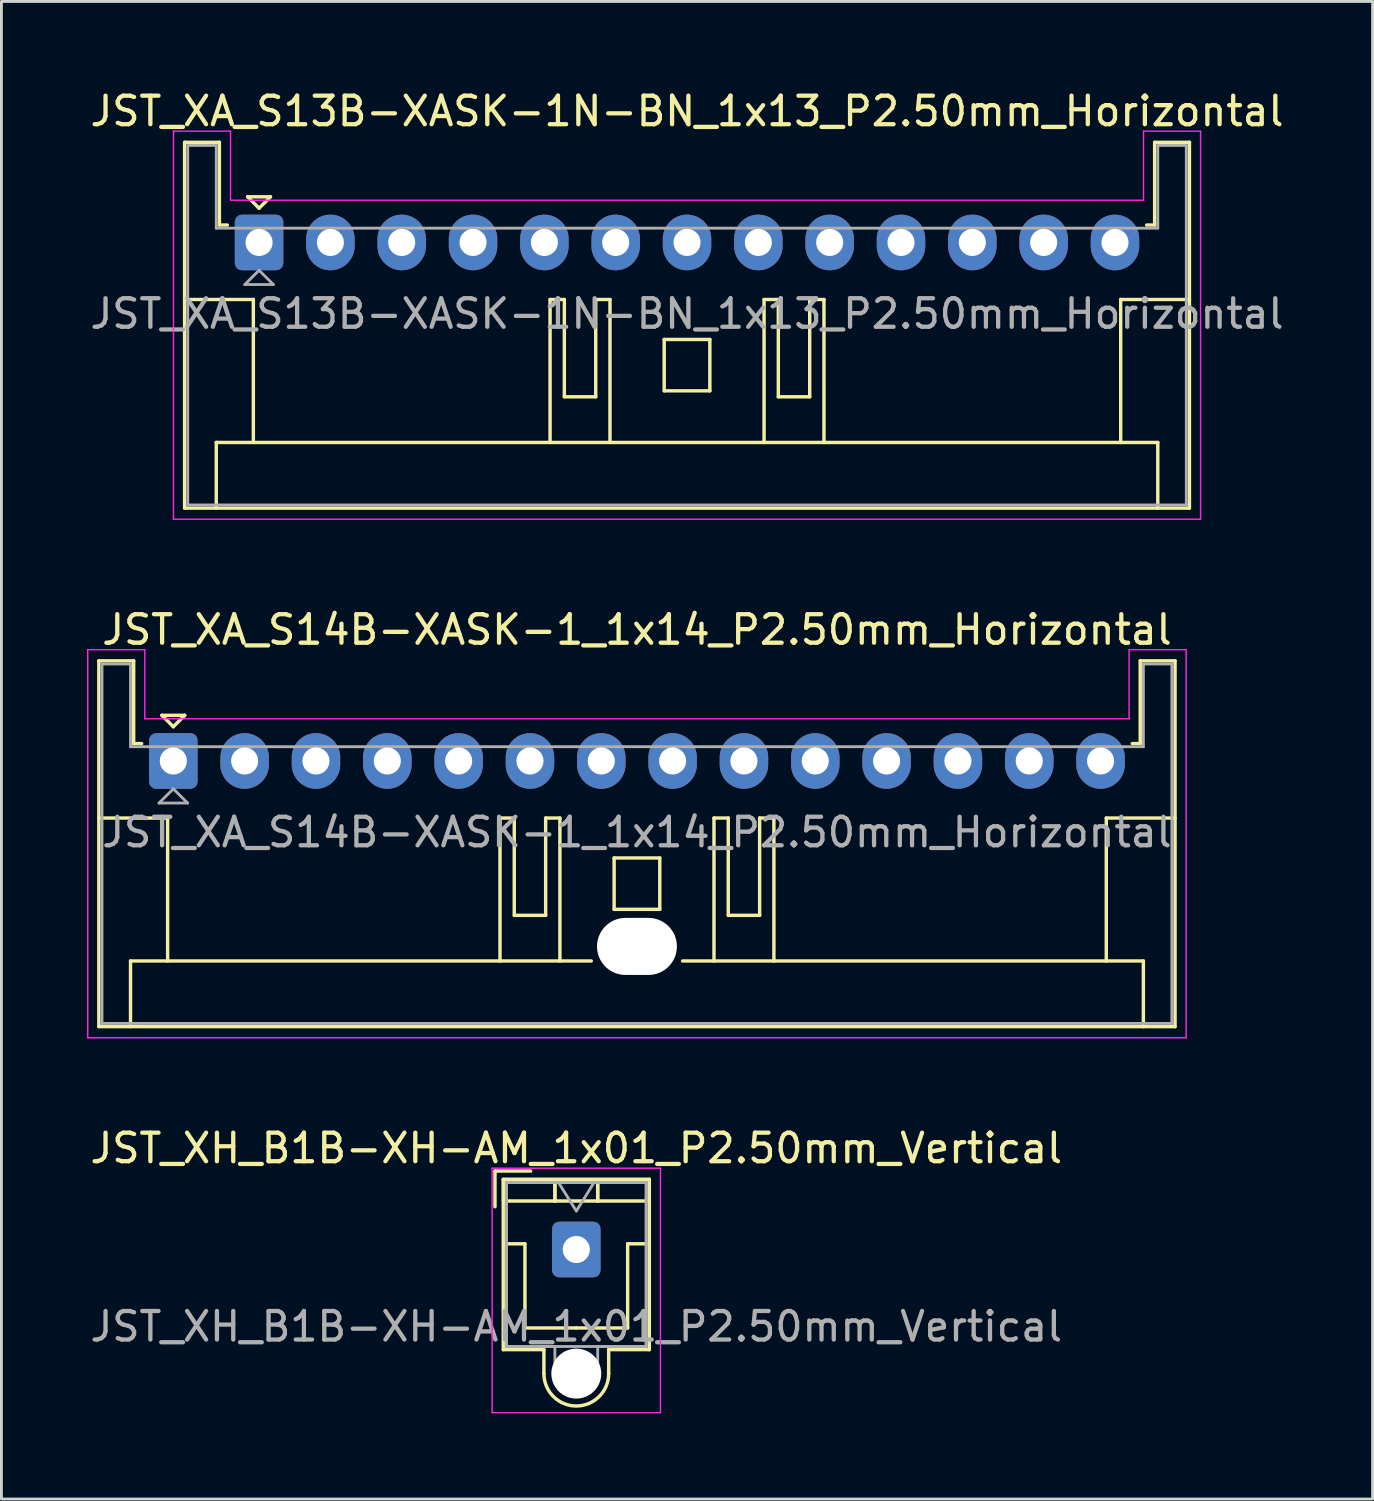
<source format=kicad_pcb>
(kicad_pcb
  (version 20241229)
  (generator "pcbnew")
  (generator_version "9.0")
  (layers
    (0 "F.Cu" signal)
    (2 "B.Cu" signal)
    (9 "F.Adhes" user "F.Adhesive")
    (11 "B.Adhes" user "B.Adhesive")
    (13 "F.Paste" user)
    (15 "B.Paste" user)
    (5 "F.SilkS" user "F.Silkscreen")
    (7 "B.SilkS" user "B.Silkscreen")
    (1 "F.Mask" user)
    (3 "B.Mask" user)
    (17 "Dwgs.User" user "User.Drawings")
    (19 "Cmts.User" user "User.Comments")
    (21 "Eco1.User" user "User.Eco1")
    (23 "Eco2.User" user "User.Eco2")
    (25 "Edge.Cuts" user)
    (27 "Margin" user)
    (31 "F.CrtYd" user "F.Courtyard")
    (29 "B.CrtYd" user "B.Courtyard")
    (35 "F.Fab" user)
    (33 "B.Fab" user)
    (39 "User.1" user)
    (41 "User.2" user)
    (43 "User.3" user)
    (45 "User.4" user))
  (footprint "JST_XH_B1B-XH-AM_1x01_P2.50mm_Vertical"
    (layer "F.Cu")
    (at 17.149 40.745)
    (property "Reference" "JST_XH_B1B-XH-AM_1x01_P2.50mm_Vertical" (at 0 -3.55 0) (layer "F.SilkS") (effects (font (size 1 1) (thickness 0.15))))
    (attr through_hole)
    (fp_line (start -2.85 -2.75) (end -2.85 -1.5) (stroke (width 0.12) (type solid)) (layer "F.SilkS"))
    (fp_line (start -2.56 -2.46) (end 2.56 -2.46) (stroke (width 0.12) (type solid)) (layer "F.SilkS"))
    (fp_line (start -2.56 3.51) (end -2.56 -2.46) (stroke (width 0.12) (type solid)) (layer "F.SilkS"))
    (fp_line (start -2.55 -2.45) (end -2.55 -1.7) (stroke (width 0.12) (type solid)) (layer "F.SilkS"))
    (fp_line (start -2.55 -1.7) (end -0.75 -1.7) (stroke (width 0.12) (type solid)) (layer "F.SilkS"))
    (fp_line (start -2.55 -0.2) (end -1.8 -0.2) (stroke (width 0.12) (type solid)) (layer "F.SilkS"))
    (fp_line (start -1.8 -0.2) (end -1.8 2.75) (stroke (width 0.12) (type solid)) (layer "F.SilkS"))
    (fp_line (start -1.8 2.75) (end 0 2.75) (stroke (width 0.12) (type solid)) (layer "F.SilkS"))
    (fp_line (start -1.6 -2.75) (end -2.85 -2.75) (stroke (width 0.12) (type solid)) (layer "F.SilkS"))
    (fp_line (start -1.135 3.51) (end -2.56 3.51) (stroke (width 0.12) (type solid)) (layer "F.SilkS"))
    (fp_line (start -1.135 4.35) (end -1.135 3.51) (stroke (width 0.12) (type solid)) (layer "F.SilkS"))
    (fp_line (start -0.75 -2.45) (end -2.55 -2.45) (stroke (width 0.12) (type solid)) (layer "F.SilkS"))
    (fp_line (start -0.75 -2.45) (end 0.75 -2.45) (stroke (width 0.12) (type solid)) (layer "F.SilkS"))
    (fp_line (start -0.75 -1.7) (end -0.75 -2.45) (stroke (width 0.12) (type solid)) (layer "F.SilkS"))
    (fp_line (start -0.75 -1.7) (end -0.75 -2.45) (stroke (width 0.12) (type solid)) (layer "F.SilkS"))
    (fp_line (start 0.75 -2.45) (end 0.75 -1.7) (stroke (width 0.12) (type solid)) (layer "F.SilkS"))
    (fp_line (start 0.75 -2.45) (end 0.75 -1.7) (stroke (width 0.12) (type solid)) (layer "F.SilkS"))
    (fp_line (start 0.75 -1.7) (end -0.75 -1.7) (stroke (width 0.12) (type solid)) (layer "F.SilkS"))
    (fp_line (start 0.75 -1.7) (end 2.55 -1.7) (stroke (width 0.12) (type solid)) (layer "F.SilkS"))
    (fp_line (start 1.135 3.51) (end 1.135 4.35) (stroke (width 0.12) (type solid)) (layer "F.SilkS"))
    (fp_line (start 1.8 -0.2) (end 1.8 2.75) (stroke (width 0.12) (type solid)) (layer "F.SilkS"))
    (fp_line (start 1.8 2.75) (end 0 2.75) (stroke (width 0.12) (type solid)) (layer "F.SilkS"))
    (fp_line (start 2.55 -2.45) (end 0.75 -2.45) (stroke (width 0.12) (type solid)) (layer "F.SilkS"))
    (fp_line (start 2.55 -1.7) (end 2.55 -2.45) (stroke (width 0.12) (type solid)) (layer "F.SilkS"))
    (fp_line (start 2.55 -0.2) (end 1.8 -0.2) (stroke (width 0.12) (type solid)) (layer "F.SilkS"))
    (fp_line (start 2.56 -2.46) (end 2.56 3.51) (stroke (width 0.12) (type solid)) (layer "F.SilkS"))
    (fp_line (start 2.56 3.51) (end 1.135 3.51) (stroke (width 0.12) (type solid)) (layer "F.SilkS"))
    (fp_arc (start 1.135 4.35) (mid 0 5.485) (end -1.135 4.35) (stroke (width 0.12) (type solid)) (layer "F.SilkS"))
    (fp_line (start -2.95 -2.85) (end -2.95 5.72) (stroke (width 0.05) (type solid)) (layer "F.CrtYd"))
    (fp_line (start -2.95 5.72) (end 2.95 5.72) (stroke (width 0.05) (type solid)) (layer "F.CrtYd"))
    (fp_line (start 2.95 -2.85) (end -2.95 -2.85) (stroke (width 0.05) (type solid)) (layer "F.CrtYd"))
    (fp_line (start 2.95 5.72) (end 2.95 -2.85) (stroke (width 0.05) (type solid)) (layer "F.CrtYd"))
    (fp_line (start -2.45 -2.35) (end -2.45 3.4) (stroke (width 0.1) (type solid)) (layer "F.Fab"))
    (fp_line (start -2.45 -2.35) (end 2.45 -2.35) (stroke (width 0.1) (type solid)) (layer "F.Fab"))
    (fp_line (start -2.45 3.4) (end -2.45 -2.35) (stroke (width 0.1) (type solid)) (layer "F.Fab"))
    (fp_line (start -2.45 3.4) (end 2.45 3.4) (stroke (width 0.1) (type solid)) (layer "F.Fab"))
    (fp_line (start -0.75 3.4) (end -2.45 3.4) (stroke (width 0.1) (type solid)) (layer "F.Fab"))
    (fp_line (start -0.75 4.35) (end -0.75 3.4) (stroke (width 0.1) (type solid)) (layer "F.Fab"))
    (fp_line (start -0.625 -2.35) (end 0 -1.35) (stroke (width 0.1) (type solid)) (layer "F.Fab"))
    (fp_line (start 0 -1.35) (end 0.625 -2.35) (stroke (width 0.1) (type solid)) (layer "F.Fab"))
    (fp_line (start 0.75 3.4) (end 0.75 4.35) (stroke (width 0.1) (type solid)) (layer "F.Fab"))
    (fp_line (start 2.45 -2.35) (end -2.45 -2.35) (stroke (width 0.1) (type solid)) (layer "F.Fab"))
    (fp_line (start 2.45 -2.35) (end 2.45 3.4) (stroke (width 0.1) (type solid)) (layer "F.Fab"))
    (fp_line (start 2.45 3.4) (end 0.75 3.4) (stroke (width 0.1) (type solid)) (layer "F.Fab"))
    (fp_line (start 2.45 3.4) (end 2.45 -2.35) (stroke (width 0.1) (type solid)) (layer "F.Fab"))
    (fp_arc (start 0.75 4.35) (mid 0 5.1) (end -0.75 4.35) (stroke (width 0.1) (type solid)) (layer "F.Fab"))
    (fp_text user "${REFERENCE}" (at 0 2.7 0) (layer "F.Fab") (effects (font (size 1 1) (thickness 0.15))))
    (pad "" np_thru_hole circle (at 0 4.35) (size 1.75 1.75) (drill 1.75) (layers "*.Cu" "*.Mask"))
    (pad "1" thru_hole roundrect (at 0 0) (size 1.7 1.95) (drill 0.95) (layers "*.Cu" "*.Mask") (roundrect_rratio 0.147)))
  (footprint "JST_XA_S13B-XASK-1N-BN_1x13_P2.50mm_Horizontal"
    (layer "F.Cu")
    (at 6.03 5.448)
    (property "Reference" "JST_XA_S13B-XASK-1N-BN_1x13_P2.50mm_Horizontal" (at 15 -4.6 0) (layer "F.SilkS") (effects (font (size 1 1) (thickness 0.15))))
    (attr through_hole)
    (fp_line (start -2.61 -3.51) (end -2.61 9.31) (stroke (width 0.12) (type solid)) (layer "F.SilkS"))
    (fp_line (start -2.61 9.31) (end 32.61 9.31) (stroke (width 0.12) (type solid)) (layer "F.SilkS"))
    (fp_line (start -1.5 7.01) (end 31.5 7.01) (stroke (width 0.12) (type solid)) (layer "F.SilkS"))
    (fp_line (start -1.5 9.31) (end -1.5 7.01) (stroke (width 0.12) (type solid)) (layer "F.SilkS"))
    (fp_line (start -1.39 -3.51) (end -2.61 -3.51) (stroke (width 0.12) (type solid)) (layer "F.SilkS"))
    (fp_line (start -1.39 -0.61) (end -1.39 -3.51) (stroke (width 0.12) (type solid)) (layer "F.SilkS"))
    (fp_line (start -1.11 -0.61) (end -1.39 -0.61) (stroke (width 0.12) (type solid)) (layer "F.SilkS"))
    (fp_line (start -0.4 -1.6) (end 0.4 -1.6) (stroke (width 0.12) (type solid)) (layer "F.SilkS"))
    (fp_line (start -0.2 2) (end -2.61 2) (stroke (width 0.12) (type solid)) (layer "F.SilkS"))
    (fp_line (start -0.2 7.01) (end -0.2 2) (stroke (width 0.12) (type solid)) (layer "F.SilkS"))
    (fp_line (start 0 -1.2) (end -0.4 -1.6) (stroke (width 0.12) (type solid)) (layer "F.SilkS"))
    (fp_line (start 0.4 -1.6) (end 0 -1.2) (stroke (width 0.12) (type solid)) (layer "F.SilkS"))
    (fp_line (start 10.2 2) (end 10.2 7.01) (stroke (width 0.12) (type solid)) (layer "F.SilkS"))
    (fp_line (start 10.7 2) (end 10.2 2) (stroke (width 0.12) (type solid)) (layer "F.SilkS"))
    (fp_line (start 10.7 5.41) (end 10.7 2) (stroke (width 0.12) (type solid)) (layer "F.SilkS"))
    (fp_line (start 11.8 2) (end 11.8 5.41) (stroke (width 0.12) (type solid)) (layer "F.SilkS"))
    (fp_line (start 11.8 5.41) (end 10.7 5.41) (stroke (width 0.12) (type solid)) (layer "F.SilkS"))
    (fp_line (start 12.3 2) (end 11.8 2) (stroke (width 0.12) (type solid)) (layer "F.SilkS"))
    (fp_line (start 12.3 7.01) (end 12.3 2) (stroke (width 0.12) (type solid)) (layer "F.SilkS"))
    (fp_line (start 14.2 3.4) (end 15.8 3.4) (stroke (width 0.12) (type solid)) (layer "F.SilkS"))
    (fp_line (start 14.2 5.2) (end 14.2 3.4) (stroke (width 0.12) (type solid)) (layer "F.SilkS"))
    (fp_line (start 15.8 3.4) (end 15.8 5.2) (stroke (width 0.12) (type solid)) (layer "F.SilkS"))
    (fp_line (start 15.8 5.2) (end 14.2 5.2) (stroke (width 0.12) (type solid)) (layer "F.SilkS"))
    (fp_line (start 17.7 2) (end 18.2 2) (stroke (width 0.12) (type solid)) (layer "F.SilkS"))
    (fp_line (start 17.7 7.01) (end 17.7 2) (stroke (width 0.12) (type solid)) (layer "F.SilkS"))
    (fp_line (start 18.2 2) (end 18.2 5.41) (stroke (width 0.12) (type solid)) (layer "F.SilkS"))
    (fp_line (start 18.2 5.41) (end 19.3 5.41) (stroke (width 0.12) (type solid)) (layer "F.SilkS"))
    (fp_line (start 19.3 2) (end 19.8 2) (stroke (width 0.12) (type solid)) (layer "F.SilkS"))
    (fp_line (start 19.3 5.41) (end 19.3 2) (stroke (width 0.12) (type solid)) (layer "F.SilkS"))
    (fp_line (start 19.8 2) (end 19.8 7.01) (stroke (width 0.12) (type solid)) (layer "F.SilkS"))
    (fp_line (start 30.2 2) (end 32.61 2) (stroke (width 0.12) (type solid)) (layer "F.SilkS"))
    (fp_line (start 30.2 7.01) (end 30.2 2) (stroke (width 0.12) (type solid)) (layer "F.SilkS"))
    (fp_line (start 31.39 -3.51) (end 31.39 -0.61) (stroke (width 0.12) (type solid)) (layer "F.SilkS"))
    (fp_line (start 31.39 -0.61) (end 31.11 -0.61) (stroke (width 0.12) (type solid)) (layer "F.SilkS"))
    (fp_line (start 31.5 7.01) (end 31.5 9.31) (stroke (width 0.12) (type solid)) (layer "F.SilkS"))
    (fp_line (start 32.61 -3.51) (end 31.39 -3.51) (stroke (width 0.12) (type solid)) (layer "F.SilkS"))
    (fp_line (start 32.61 9.31) (end 32.61 -3.51) (stroke (width 0.12) (type solid)) (layer "F.SilkS"))
    (fp_line (start -3 -3.9) (end -3 9.7) (stroke (width 0.05) (type solid)) (layer "F.CrtYd"))
    (fp_line (start -3 9.7) (end 33 9.7) (stroke (width 0.05) (type solid)) (layer "F.CrtYd"))
    (fp_line (start -1 -3.9) (end -3 -3.9) (stroke (width 0.05) (type solid)) (layer "F.CrtYd"))
    (fp_line (start -1 -1.48) (end -1 -3.9) (stroke (width 0.05) (type solid)) (layer "F.CrtYd"))
    (fp_line (start 31 -3.9) (end 31 -1.48) (stroke (width 0.05) (type solid)) (layer "F.CrtYd"))
    (fp_line (start 31 -1.48) (end -1 -1.48) (stroke (width 0.05) (type solid)) (layer "F.CrtYd"))
    (fp_line (start 33 -3.9) (end 31 -3.9) (stroke (width 0.05) (type solid)) (layer "F.CrtYd"))
    (fp_line (start 33 9.7) (end 33 -3.9) (stroke (width 0.05) (type solid)) (layer "F.CrtYd"))
    (fp_line (start -2.5 -3.4) (end -2.5 9.2) (stroke (width 0.1) (type solid)) (layer "F.Fab"))
    (fp_line (start -2.5 9.2) (end 32.5 9.2) (stroke (width 0.1) (type solid)) (layer "F.Fab"))
    (fp_line (start -1.5 -3.4) (end -2.5 -3.4) (stroke (width 0.1) (type solid)) (layer "F.Fab"))
    (fp_line (start -1.5 -0.5) (end -1.5 -3.4) (stroke (width 0.1) (type solid)) (layer "F.Fab"))
    (fp_line (start -0.5 1.475) (end 0.5 1.475) (stroke (width 0.1) (type solid)) (layer "F.Fab"))
    (fp_line (start 0 0.975) (end -0.5 1.475) (stroke (width 0.1) (type solid)) (layer "F.Fab"))
    (fp_line (start 0.5 1.475) (end 0 0.975) (stroke (width 0.1) (type solid)) (layer "F.Fab"))
    (fp_line (start 31.5 -3.4) (end 31.5 -0.5) (stroke (width 0.1) (type solid)) (layer "F.Fab"))
    (fp_line (start 31.5 -0.5) (end -1.5 -0.5) (stroke (width 0.1) (type solid)) (layer "F.Fab"))
    (fp_line (start 32.5 -3.4) (end 31.5 -3.4) (stroke (width 0.1) (type solid)) (layer "F.Fab"))
    (fp_line (start 32.5 9.2) (end 32.5 -3.4) (stroke (width 0.1) (type solid)) (layer "F.Fab"))
    (fp_text user "${REFERENCE}" (at 15 2.5 0) (layer "F.Fab") (effects (font (size 1 1) (thickness 0.15))))
    (pad "1" thru_hole roundrect (at 0 0) (size 1.7 1.95) (drill 0.95) (layers "*.Cu" "*.Mask") (roundrect_rratio 0.147))
    (pad "2" thru_hole oval (at 2.5 0) (size 1.7 1.95) (drill 0.95) (layers "*.Cu" "*.Mask"))
    (pad "3" thru_hole oval (at 5 0) (size 1.7 1.95) (drill 0.95) (layers "*.Cu" "*.Mask"))
    (pad "4" thru_hole oval (at 7.5 0) (size 1.7 1.95) (drill 0.95) (layers "*.Cu" "*.Mask"))
    (pad "5" thru_hole oval (at 10 0) (size 1.7 1.95) (drill 0.95) (layers "*.Cu" "*.Mask"))
    (pad "6" thru_hole oval (at 12.5 0) (size 1.7 1.95) (drill 0.95) (layers "*.Cu" "*.Mask"))
    (pad "7" thru_hole oval (at 15 0) (size 1.7 1.95) (drill 0.95) (layers "*.Cu" "*.Mask"))
    (pad "8" thru_hole oval (at 17.5 0) (size 1.7 1.95) (drill 0.95) (layers "*.Cu" "*.Mask"))
    (pad "9" thru_hole oval (at 20 0) (size 1.7 1.95) (drill 0.95) (layers "*.Cu" "*.Mask"))
    (pad "10" thru_hole oval (at 22.5 0) (size 1.7 1.95) (drill 0.95) (layers "*.Cu" "*.Mask"))
    (pad "11" thru_hole oval (at 25 0) (size 1.7 1.95) (drill 0.95) (layers "*.Cu" "*.Mask"))
    (pad "12" thru_hole oval (at 27.5 0) (size 1.7 1.95) (drill 0.95) (layers "*.Cu" "*.Mask"))
    (pad "13" thru_hole oval (at 30 0) (size 1.7 1.95) (drill 0.95) (layers "*.Cu" "*.Mask")))
  (footprint "JST_XA_S14B-XASK-1_1x14_P2.50mm_Horizontal"
    (layer "F.Cu")
    (at 3.025 23.622)
    (property "Reference" "JST_XA_S14B-XASK-1_1x14_P2.50mm_Horizontal" (at 16.25 -4.6 0) (layer "F.SilkS") (effects (font (size 1 1) (thickness 0.15))))
    (attr through_hole)
    (fp_line (start -2.61 -3.51) (end -2.61 9.31) (stroke (width 0.12) (type solid)) (layer "F.SilkS"))
    (fp_line (start -2.61 9.31) (end 35.11 9.31) (stroke (width 0.12) (type solid)) (layer "F.SilkS"))
    (fp_line (start -1.5 7.01) (end 14.65 7.01) (stroke (width 0.12) (type solid)) (layer "F.SilkS"))
    (fp_line (start -1.5 9.31) (end -1.5 7.01) (stroke (width 0.12) (type solid)) (layer "F.SilkS"))
    (fp_line (start -1.39 -3.51) (end -2.61 -3.51) (stroke (width 0.12) (type solid)) (layer "F.SilkS"))
    (fp_line (start -1.39 -0.61) (end -1.39 -3.51) (stroke (width 0.12) (type solid)) (layer "F.SilkS"))
    (fp_line (start -1.11 -0.61) (end -1.39 -0.61) (stroke (width 0.12) (type solid)) (layer "F.SilkS"))
    (fp_line (start -0.4 -1.6) (end 0.4 -1.6) (stroke (width 0.12) (type solid)) (layer "F.SilkS"))
    (fp_line (start -0.2 2) (end -2.61 2) (stroke (width 0.12) (type solid)) (layer "F.SilkS"))
    (fp_line (start -0.2 7.01) (end -0.2 2) (stroke (width 0.12) (type solid)) (layer "F.SilkS"))
    (fp_line (start 0 -1.2) (end -0.4 -1.6) (stroke (width 0.12) (type solid)) (layer "F.SilkS"))
    (fp_line (start 0.4 -1.6) (end 0 -1.2) (stroke (width 0.12) (type solid)) (layer "F.SilkS"))
    (fp_line (start 11.45 2) (end 11.45 7.01) (stroke (width 0.12) (type solid)) (layer "F.SilkS"))
    (fp_line (start 11.95 2) (end 11.45 2) (stroke (width 0.12) (type solid)) (layer "F.SilkS"))
    (fp_line (start 11.95 5.41) (end 11.95 2) (stroke (width 0.12) (type solid)) (layer "F.SilkS"))
    (fp_line (start 13.05 2) (end 13.05 5.41) (stroke (width 0.12) (type solid)) (layer "F.SilkS"))
    (fp_line (start 13.05 5.41) (end 11.95 5.41) (stroke (width 0.12) (type solid)) (layer "F.SilkS"))
    (fp_line (start 13.55 2) (end 13.05 2) (stroke (width 0.12) (type solid)) (layer "F.SilkS"))
    (fp_line (start 13.55 7.01) (end 13.55 2) (stroke (width 0.12) (type solid)) (layer "F.SilkS"))
    (fp_line (start 15.45 3.4) (end 17.05 3.4) (stroke (width 0.12) (type solid)) (layer "F.SilkS"))
    (fp_line (start 15.45 5.2) (end 15.45 3.4) (stroke (width 0.12) (type solid)) (layer "F.SilkS"))
    (fp_line (start 17.05 3.4) (end 17.05 5.2) (stroke (width 0.12) (type solid)) (layer "F.SilkS"))
    (fp_line (start 17.05 5.2) (end 15.45 5.2) (stroke (width 0.12) (type solid)) (layer "F.SilkS"))
    (fp_line (start 17.85 7.01) (end 34 7.01) (stroke (width 0.12) (type solid)) (layer "F.SilkS"))
    (fp_line (start 18.95 2) (end 19.45 2) (stroke (width 0.12) (type solid)) (layer "F.SilkS"))
    (fp_line (start 18.95 7.01) (end 18.95 2) (stroke (width 0.12) (type solid)) (layer "F.SilkS"))
    (fp_line (start 19.45 2) (end 19.45 5.41) (stroke (width 0.12) (type solid)) (layer "F.SilkS"))
    (fp_line (start 19.45 5.41) (end 20.55 5.41) (stroke (width 0.12) (type solid)) (layer "F.SilkS"))
    (fp_line (start 20.55 2) (end 21.05 2) (stroke (width 0.12) (type solid)) (layer "F.SilkS"))
    (fp_line (start 20.55 5.41) (end 20.55 2) (stroke (width 0.12) (type solid)) (layer "F.SilkS"))
    (fp_line (start 21.05 2) (end 21.05 7.01) (stroke (width 0.12) (type solid)) (layer "F.SilkS"))
    (fp_line (start 32.7 2) (end 35.11 2) (stroke (width 0.12) (type solid)) (layer "F.SilkS"))
    (fp_line (start 32.7 7.01) (end 32.7 2) (stroke (width 0.12) (type solid)) (layer "F.SilkS"))
    (fp_line (start 33.89 -3.51) (end 33.89 -0.61) (stroke (width 0.12) (type solid)) (layer "F.SilkS"))
    (fp_line (start 33.89 -0.61) (end 33.61 -0.61) (stroke (width 0.12) (type solid)) (layer "F.SilkS"))
    (fp_line (start 34 7.01) (end 34 9.31) (stroke (width 0.12) (type solid)) (layer "F.SilkS"))
    (fp_line (start 35.11 -3.51) (end 33.89 -3.51) (stroke (width 0.12) (type solid)) (layer "F.SilkS"))
    (fp_line (start 35.11 9.31) (end 35.11 -3.51) (stroke (width 0.12) (type solid)) (layer "F.SilkS"))
    (fp_line (start -3 -3.9) (end -3 9.7) (stroke (width 0.05) (type solid)) (layer "F.CrtYd"))
    (fp_line (start -3 9.7) (end 35.5 9.7) (stroke (width 0.05) (type solid)) (layer "F.CrtYd"))
    (fp_line (start -1 -3.9) (end -3 -3.9) (stroke (width 0.05) (type solid)) (layer "F.CrtYd"))
    (fp_line (start -1 -1.48) (end -1 -3.9) (stroke (width 0.05) (type solid)) (layer "F.CrtYd"))
    (fp_line (start 33.5 -3.9) (end 33.5 -1.48) (stroke (width 0.05) (type solid)) (layer "F.CrtYd"))
    (fp_line (start 33.5 -1.48) (end -1 -1.48) (stroke (width 0.05) (type solid)) (layer "F.CrtYd"))
    (fp_line (start 35.5 -3.9) (end 33.5 -3.9) (stroke (width 0.05) (type solid)) (layer "F.CrtYd"))
    (fp_line (start 35.5 9.7) (end 35.5 -3.9) (stroke (width 0.05) (type solid)) (layer "F.CrtYd"))
    (fp_line (start -2.5 -3.4) (end -2.5 9.2) (stroke (width 0.1) (type solid)) (layer "F.Fab"))
    (fp_line (start -2.5 9.2) (end 35 9.2) (stroke (width 0.1) (type solid)) (layer "F.Fab"))
    (fp_line (start -1.5 -3.4) (end -2.5 -3.4) (stroke (width 0.1) (type solid)) (layer "F.Fab"))
    (fp_line (start -1.5 -0.5) (end -1.5 -3.4) (stroke (width 0.1) (type solid)) (layer "F.Fab"))
    (fp_line (start -0.5 1.475) (end 0.5 1.475) (stroke (width 0.1) (type solid)) (layer "F.Fab"))
    (fp_line (start 0 0.975) (end -0.5 1.475) (stroke (width 0.1) (type solid)) (layer "F.Fab"))
    (fp_line (start 0.5 1.475) (end 0 0.975) (stroke (width 0.1) (type solid)) (layer "F.Fab"))
    (fp_line (start 34 -3.4) (end 34 -0.5) (stroke (width 0.1) (type solid)) (layer "F.Fab"))
    (fp_line (start 34 -0.5) (end -1.5 -0.5) (stroke (width 0.1) (type solid)) (layer "F.Fab"))
    (fp_line (start 35 -3.4) (end 34 -3.4) (stroke (width 0.1) (type solid)) (layer "F.Fab"))
    (fp_line (start 35 9.2) (end 35 -3.4) (stroke (width 0.1) (type solid)) (layer "F.Fab"))
    (fp_text user "${REFERENCE}" (at 16.25 2.5 0) (layer "F.Fab") (effects (font (size 1 1) (thickness 0.15))))
    (pad "" np_thru_hole oval (at 16.25 6.5) (size 2.8 2) (drill oval 2.8 2) (layers "*.Cu" "*.Mask"))
    (pad "1" thru_hole roundrect (at 0 0) (size 1.7 1.95) (drill 0.95) (layers "*.Cu" "*.Mask") (roundrect_rratio 0.147))
    (pad "2" thru_hole oval (at 2.5 0) (size 1.7 1.95) (drill 0.95) (layers "*.Cu" "*.Mask"))
    (pad "3" thru_hole oval (at 5 0) (size 1.7 1.95) (drill 0.95) (layers "*.Cu" "*.Mask"))
    (pad "4" thru_hole oval (at 7.5 0) (size 1.7 1.95) (drill 0.95) (layers "*.Cu" "*.Mask"))
    (pad "5" thru_hole oval (at 10 0) (size 1.7 1.95) (drill 0.95) (layers "*.Cu" "*.Mask"))
    (pad "6" thru_hole oval (at 12.5 0) (size 1.7 1.95) (drill 0.95) (layers "*.Cu" "*.Mask"))
    (pad "7" thru_hole oval (at 15 0) (size 1.7 1.95) (drill 0.95) (layers "*.Cu" "*.Mask"))
    (pad "8" thru_hole oval (at 17.5 0) (size 1.7 1.95) (drill 0.95) (layers "*.Cu" "*.Mask"))
    (pad "9" thru_hole oval (at 20 0) (size 1.7 1.95) (drill 0.95) (layers "*.Cu" "*.Mask"))
    (pad "10" thru_hole oval (at 22.5 0) (size 1.7 1.95) (drill 0.95) (layers "*.Cu" "*.Mask"))
    (pad "11" thru_hole oval (at 25 0) (size 1.7 1.95) (drill 0.95) (layers "*.Cu" "*.Mask"))
    (pad "12" thru_hole oval (at 27.5 0) (size 1.7 1.95) (drill 0.95) (layers "*.Cu" "*.Mask"))
    (pad "13" thru_hole oval (at 30 0) (size 1.7 1.95) (drill 0.95) (layers "*.Cu" "*.Mask"))
    (pad "14" thru_hole oval (at 32.5 0) (size 1.7 1.95) (drill 0.95) (layers "*.Cu" "*.Mask")))
  (gr_rect
    (start -3 -3)
    (end 45.06 49.49)
    (stroke (width 0.1) (type default))
    (fill no)
    (layer "Edge.Cuts")))
</source>
